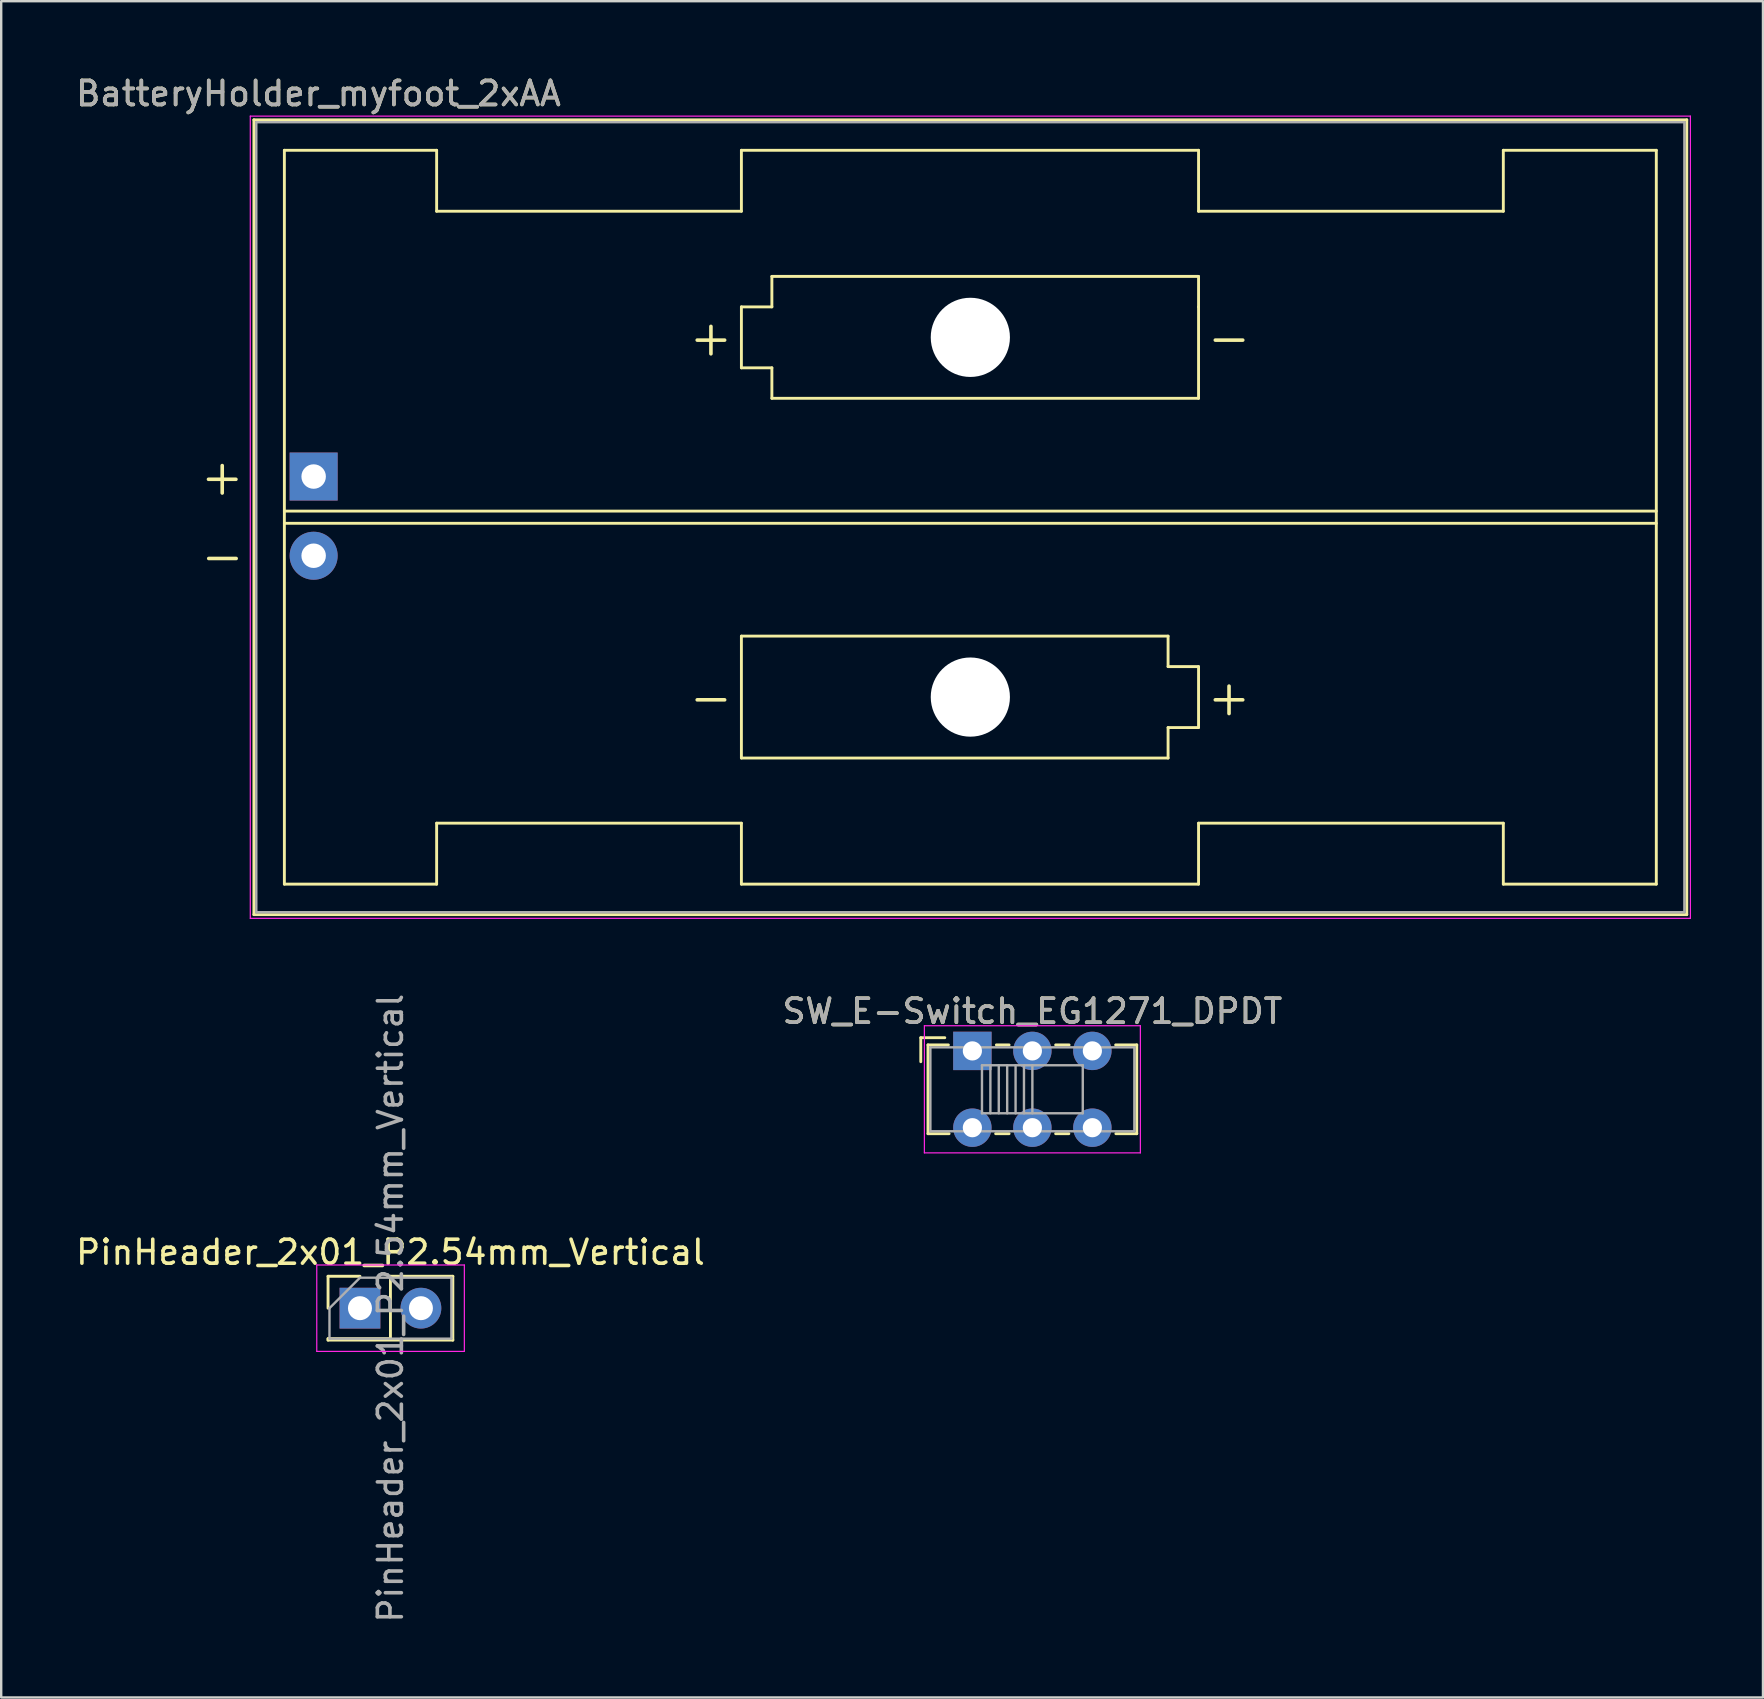
<source format=kicad_pcb>
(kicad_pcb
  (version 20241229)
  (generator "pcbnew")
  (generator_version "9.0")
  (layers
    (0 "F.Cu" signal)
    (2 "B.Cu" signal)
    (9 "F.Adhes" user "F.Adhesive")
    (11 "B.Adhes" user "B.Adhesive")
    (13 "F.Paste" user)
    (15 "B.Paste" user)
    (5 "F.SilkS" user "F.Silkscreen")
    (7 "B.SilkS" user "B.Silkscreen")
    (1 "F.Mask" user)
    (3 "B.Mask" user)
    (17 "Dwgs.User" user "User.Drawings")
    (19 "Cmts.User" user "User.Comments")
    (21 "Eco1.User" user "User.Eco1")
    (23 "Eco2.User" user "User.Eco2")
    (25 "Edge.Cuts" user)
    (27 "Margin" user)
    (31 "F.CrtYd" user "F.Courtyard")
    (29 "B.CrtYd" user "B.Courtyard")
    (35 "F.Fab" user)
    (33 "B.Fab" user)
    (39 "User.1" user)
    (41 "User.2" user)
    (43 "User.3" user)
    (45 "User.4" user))
  (footprint "PinHeader_2x01_P2.54mm_Vertical"
    (layer "F.Cu")
    (at 13.22 51.463)
    (property "Reference" "PinHeader_2x01_P2.54mm_Vertical" (at 0 -2.33 0) (layer "F.SilkS") (effects (font (size 1 1) (thickness 0.15))))
    (attr through_hole)
    (fp_line (start -2.6 -1.33) (end -1.27 -1.33) (stroke (width 0.12) (type solid)) (layer "F.SilkS"))
    (fp_line (start -2.6 0) (end -2.6 -1.33) (stroke (width 0.12) (type solid)) (layer "F.SilkS"))
    (fp_line (start -2.6 1.27) (end -2.6 1.33) (stroke (width 0.12) (type solid)) (layer "F.SilkS"))
    (fp_line (start -2.6 1.27) (end 0 1.27) (stroke (width 0.12) (type solid)) (layer "F.SilkS"))
    (fp_line (start -2.6 1.33) (end 2.6 1.33) (stroke (width 0.12) (type solid)) (layer "F.SilkS"))
    (fp_line (start 0 -1.33) (end 2.6 -1.33) (stroke (width 0.12) (type solid)) (layer "F.SilkS"))
    (fp_line (start 0 1.27) (end 0 -1.33) (stroke (width 0.12) (type solid)) (layer "F.SilkS"))
    (fp_line (start 2.6 -1.33) (end 2.6 1.33) (stroke (width 0.12) (type solid)) (layer "F.SilkS"))
    (fp_line (start -3.07 -1.8) (end -3.07 1.8) (stroke (width 0.05) (type solid)) (layer "F.CrtYd"))
    (fp_line (start -3.07 1.8) (end 3.08 1.8) (stroke (width 0.05) (type solid)) (layer "F.CrtYd"))
    (fp_line (start 3.08 -1.8) (end -3.07 -1.8) (stroke (width 0.05) (type solid)) (layer "F.CrtYd"))
    (fp_line (start 3.08 1.8) (end 3.08 -1.8) (stroke (width 0.05) (type solid)) (layer "F.CrtYd"))
    (fp_line (start -2.54 0) (end -1.27 -1.27) (stroke (width 0.1) (type solid)) (layer "F.Fab"))
    (fp_line (start -2.54 1.27) (end -2.54 0) (stroke (width 0.1) (type solid)) (layer "F.Fab"))
    (fp_line (start -1.27 -1.27) (end 2.54 -1.27) (stroke (width 0.1) (type solid)) (layer "F.Fab"))
    (fp_line (start 2.54 -1.27) (end 2.54 1.27) (stroke (width 0.1) (type solid)) (layer "F.Fab"))
    (fp_line (start 2.54 1.27) (end -2.54 1.27) (stroke (width 0.1) (type solid)) (layer "F.Fab"))
    (fp_text user "${REFERENCE}" (at 0 0 90) (layer "F.Fab") (effects (font (size 1 1) (thickness 0.15))))
    (pad "1" thru_hole rect (at -1.27 0) (size 1.7 1.7) (drill 1) (layers "*.Cu" "*.Mask"))
    (pad "2" thru_hole oval (at 1.27 0) (size 1.7 1.7) (drill 1) (layers "*.Cu" "*.Mask")))
  (footprint "BatteryHolder_myfoot_2xAA"
    (layer "F.Cu")
    (at 37.42 18.508)
    (property "Reference" "BatteryHolder_myfoot_2xAA" (at -27.2 -17.66 180) (layer "F.SilkS") (effects (font (size 1 1) (thickness 0.15))))
    (attr through_hole)
    (fp_line (start -29.89 -16.565) (end -29.89 16.555) (stroke (width 0.12) (type solid)) (layer "F.SilkS"))
    (fp_line (start -29.89 16.555) (end 29.82 16.555) (stroke (width 0.12) (type solid)) (layer "F.SilkS"))
    (fp_line (start -28.62 -15.295) (end -28.62 15.285) (stroke (width 0.12) (type solid)) (layer "F.SilkS"))
    (fp_line (start -28.62 -0.259) (end 28.55 -0.259) (stroke (width 0.12) (type solid)) (layer "F.SilkS"))
    (fp_line (start -28.62 15.285) (end -22.275 15.285) (stroke (width 0.12) (type solid)) (layer "F.SilkS"))
    (fp_line (start -22.275 -15.295) (end -28.62 -15.295) (stroke (width 0.12) (type solid)) (layer "F.SilkS"))
    (fp_line (start -22.275 -12.755) (end -22.275 -15.295) (stroke (width 0.12) (type solid)) (layer "F.SilkS"))
    (fp_line (start -22.275 -12.755) (end -9.575 -12.755) (stroke (width 0.12) (type solid)) (layer "F.SilkS"))
    (fp_line (start -22.275 12.745) (end -9.575 12.745) (stroke (width 0.12) (type solid)) (layer "F.SilkS"))
    (fp_line (start -22.275 15.285) (end -22.275 12.745) (stroke (width 0.12) (type solid)) (layer "F.SilkS"))
    (fp_line (start -9.575 -15.295) (end -9.575 -12.755) (stroke (width 0.12) (type solid)) (layer "F.SilkS"))
    (fp_line (start -9.575 -8.77) (end -8.305 -8.77) (stroke (width 0.12) (type solid)) (layer "F.SilkS"))
    (fp_line (start -9.575 -6.23) (end -9.575 -8.77) (stroke (width 0.12) (type solid)) (layer "F.SilkS"))
    (fp_line (start -9.575 4.95) (end 8.205 4.95) (stroke (width 0.12) (type solid)) (layer "F.SilkS"))
    (fp_line (start -9.575 10.03) (end -9.575 4.95) (stroke (width 0.12) (type solid)) (layer "F.SilkS"))
    (fp_line (start -9.575 12.745) (end -9.575 15.285) (stroke (width 0.12) (type solid)) (layer "F.SilkS"))
    (fp_line (start -9.575 15.285) (end 9.475 15.285) (stroke (width 0.12) (type solid)) (layer "F.SilkS"))
    (fp_line (start -8.305 -10.04) (end 9.475 -10.04) (stroke (width 0.12) (type solid)) (layer "F.SilkS"))
    (fp_line (start -8.305 -8.77) (end -8.305 -10.04) (stroke (width 0.12) (type solid)) (layer "F.SilkS"))
    (fp_line (start -8.305 -6.23) (end -9.575 -6.23) (stroke (width 0.12) (type solid)) (layer "F.SilkS"))
    (fp_line (start -8.305 -4.96) (end -8.305 -6.23) (stroke (width 0.12) (type solid)) (layer "F.SilkS"))
    (fp_line (start 8.205 4.95) (end 8.205 6.22) (stroke (width 0.12) (type solid)) (layer "F.SilkS"))
    (fp_line (start 8.205 6.22) (end 9.475 6.22) (stroke (width 0.12) (type solid)) (layer "F.SilkS"))
    (fp_line (start 8.205 8.76) (end 8.205 10.03) (stroke (width 0.12) (type solid)) (layer "F.SilkS"))
    (fp_line (start 8.205 10.03) (end -9.575 10.03) (stroke (width 0.12) (type solid)) (layer "F.SilkS"))
    (fp_line (start 9.475 -15.295) (end -9.575 -15.295) (stroke (width 0.12) (type solid)) (layer "F.SilkS"))
    (fp_line (start 9.475 -12.755) (end 9.475 -15.295) (stroke (width 0.12) (type solid)) (layer "F.SilkS"))
    (fp_line (start 9.475 -10.04) (end 9.475 -8.77) (stroke (width 0.12) (type solid)) (layer "F.SilkS"))
    (fp_line (start 9.475 -8.77) (end 9.475 -4.96) (stroke (width 0.12) (type solid)) (layer "F.SilkS"))
    (fp_line (start 9.475 -4.96) (end -8.305 -4.96) (stroke (width 0.12) (type solid)) (layer "F.SilkS"))
    (fp_line (start 9.475 6.22) (end 9.475 8.76) (stroke (width 0.12) (type solid)) (layer "F.SilkS"))
    (fp_line (start 9.475 8.76) (end 8.205 8.76) (stroke (width 0.12) (type solid)) (layer "F.SilkS"))
    (fp_line (start 9.475 15.285) (end 9.475 12.745) (stroke (width 0.12) (type solid)) (layer "F.SilkS"))
    (fp_line (start 22.175 -15.295) (end 22.175 -12.755) (stroke (width 0.12) (type solid)) (layer "F.SilkS"))
    (fp_line (start 22.175 -12.755) (end 9.475 -12.755) (stroke (width 0.12) (type solid)) (layer "F.SilkS"))
    (fp_line (start 22.175 12.745) (end 9.475 12.745) (stroke (width 0.12) (type solid)) (layer "F.SilkS"))
    (fp_line (start 22.175 15.285) (end 22.175 12.745) (stroke (width 0.12) (type solid)) (layer "F.SilkS"))
    (fp_line (start 28.55 -15.295) (end 22.175 -15.295) (stroke (width 0.12) (type solid)) (layer "F.SilkS"))
    (fp_line (start 28.55 -15.295) (end 28.55 15.285) (stroke (width 0.12) (type solid)) (layer "F.SilkS"))
    (fp_line (start 28.55 0.249) (end -28.62 0.249) (stroke (width 0.12) (type solid)) (layer "F.SilkS"))
    (fp_line (start 28.55 15.285) (end 22.175 15.285) (stroke (width 0.12) (type solid)) (layer "F.SilkS"))
    (fp_line (start 29.82 -16.565) (end -29.89 -16.565) (stroke (width 0.12) (type solid)) (layer "F.SilkS"))
    (fp_line (start 29.82 16.555) (end 29.82 -16.565) (stroke (width 0.12) (type solid)) (layer "F.SilkS"))
    (fp_line (start -30.04 -16.72) (end -30.04 16.71) (stroke (width 0.05) (type solid)) (layer "F.CrtYd"))
    (fp_line (start -30.04 16.71) (end 29.97 16.71) (stroke (width 0.05) (type solid)) (layer "F.CrtYd"))
    (fp_line (start 29.97 -16.72) (end -30.04 -16.72) (stroke (width 0.05) (type solid)) (layer "F.CrtYd"))
    (fp_line (start 29.97 16.71) (end 29.97 -16.72) (stroke (width 0.05) (type solid)) (layer "F.CrtYd"))
    (fp_line (start -29.79 -16.465) (end 29.72 -16.465) (stroke (width 0.1) (type solid)) (layer "F.Fab"))
    (fp_line (start -29.79 16.455) (end -29.79 -16.465) (stroke (width 0.1) (type solid)) (layer "F.Fab"))
    (fp_line (start -29.79 16.455) (end 29.72 16.455) (stroke (width 0.1) (type solid)) (layer "F.Fab"))
    (fp_line (start 29.72 16.455) (end 29.72 -16.465) (stroke (width 0.1) (type solid)) (layer "F.Fab"))
    (fp_text user "-" (at 10.745 -7.5 0) (layer "F.SilkS") (effects (font (size 1.5 1.5) (thickness 0.15))))
    (fp_text user "+" (at -31.21 -1.7 0) (layer "F.SilkS") (effects (font (size 1.5 1.5) (thickness 0.15))))
    (fp_text user "-" (at -10.845 7.49 0) (layer "F.SilkS") (effects (font (size 1.5 1.5) (thickness 0.15))))
    (fp_text user "+" (at 10.745 7.49 0) (layer "F.SilkS") (effects (font (size 1.5 1.5) (thickness 0.15))))
    (fp_text user "-" (at -31.2 1.6 0) (layer "F.SilkS") (effects (font (size 1.5 1.5) (thickness 0.15))))
    (fp_text user "+" (at -10.845 -7.5 0) (layer "F.SilkS") (effects (font (size 1.5 1.5) (thickness 0.15))))
    (fp_text user "${REFERENCE}" (at -27.2 -17.66 0) (layer "F.Fab") (effects (font (size 1 1) (thickness 0.15))))
    (pad "" np_thru_hole circle (at -0.035 -7.5) (size 3.3 3.3) (drill 3.3) (layers "*.Cu" "*.Mask"))
    (pad "" np_thru_hole circle (at -0.035 7.49) (size 3.3 3.3) (drill 3.3) (layers "*.Cu" "*.Mask"))
    (pad "1" thru_hole rect (at -27.4 -1.7) (size 2 2) (drill 1.02) (layers "*.Cu" "*.Mask"))
    (pad "2" thru_hole circle (at -27.4 1.6) (size 2 2) (drill 1.02) (layers "*.Cu" "*.Mask")))
  (footprint "SW_E-Switch_EG1271_DPDT"
    (layer "F.Cu")
    (at 37.47 40.742)
    (property "Reference" "SW_E-Switch_EG1271_DPDT" (at 2.5 -1.65 0) (layer "F.SilkS") (effects (font (size 1 1) (thickness 0.15))))
    (attr through_hole)
    (fp_line (start -2.15 -0.55) (end -1.15 -0.55) (stroke (width 0.12) (type solid)) (layer "F.SilkS"))
    (fp_line (start -2.15 0.45) (end -2.15 -0.55) (stroke (width 0.12) (type solid)) (layer "F.SilkS"))
    (fp_line (start -1.85 -0.25) (end -1 -0.25) (stroke (width 0.12) (type solid)) (layer "F.SilkS"))
    (fp_line (start -1.85 3.45) (end -1.85 -0.25) (stroke (width 0.12) (type solid)) (layer "F.SilkS"))
    (fp_line (start -0.97 3.45) (end -1.85 3.45) (stroke (width 0.12) (type solid)) (layer "F.SilkS"))
    (fp_line (start 1 -0.25) (end 1.53 -0.25) (stroke (width 0.12) (type solid)) (layer "F.SilkS"))
    (fp_line (start 1.53 3.45) (end 0.97 3.45) (stroke (width 0.12) (type solid)) (layer "F.SilkS"))
    (fp_line (start 3.47 -0.25) (end 4.03 -0.25) (stroke (width 0.12) (type solid)) (layer "F.SilkS"))
    (fp_line (start 4.02 3.45) (end 3.47 3.45) (stroke (width 0.12) (type solid)) (layer "F.SilkS"))
    (fp_line (start 5.97 -0.25) (end 6.85 -0.25) (stroke (width 0.12) (type solid)) (layer "F.SilkS"))
    (fp_line (start 6.85 -0.25) (end 6.85 3.45) (stroke (width 0.12) (type solid)) (layer "F.SilkS"))
    (fp_line (start 6.85 3.45) (end 5.98 3.45) (stroke (width 0.12) (type solid)) (layer "F.SilkS"))
    (fp_line (start -2 -1.05) (end 7 -1.05) (stroke (width 0.05) (type solid)) (layer "F.CrtYd"))
    (fp_line (start -2 4.25) (end -2 -1.05) (stroke (width 0.05) (type solid)) (layer "F.CrtYd"))
    (fp_line (start 7 -1.05) (end 7 4.25) (stroke (width 0.05) (type solid)) (layer "F.CrtYd"))
    (fp_line (start 7 4.25) (end -2 4.25) (stroke (width 0.05) (type solid)) (layer "F.CrtYd"))
    (fp_line (start -1.75 -0.15) (end -1.75 3.35) (stroke (width 0.1) (type solid)) (layer "F.Fab"))
    (fp_line (start -1.75 -0.15) (end 6.75 -0.15) (stroke (width 0.1) (type solid)) (layer "F.Fab"))
    (fp_line (start 0.4 0.6) (end 0.4 2.6) (stroke (width 0.1) (type solid)) (layer "F.Fab"))
    (fp_line (start 0.4 0.6) (end 4.6 0.6) (stroke (width 0.1) (type solid)) (layer "F.Fab"))
    (fp_line (start 0.75 0.6) (end 0.75 2.6) (stroke (width 0.1) (type solid)) (layer "F.Fab"))
    (fp_line (start 1.1 0.6) (end 1.1 2.6) (stroke (width 0.1) (type solid)) (layer "F.Fab"))
    (fp_line (start 1.45 0.6) (end 1.45 2.6) (stroke (width 0.1) (type solid)) (layer "F.Fab"))
    (fp_line (start 1.8 0.6) (end 1.8 2.6) (stroke (width 0.1) (type solid)) (layer "F.Fab"))
    (fp_line (start 2.15 0.6) (end 2.15 2.6) (stroke (width 0.1) (type solid)) (layer "F.Fab"))
    (fp_line (start 2.5 0.6) (end 2.5 2.6) (stroke (width 0.1) (type solid)) (layer "F.Fab"))
    (fp_line (start 4.6 0.6) (end 4.6 2.6) (stroke (width 0.1) (type solid)) (layer "F.Fab"))
    (fp_line (start 4.6 2.6) (end 0.4 2.6) (stroke (width 0.1) (type solid)) (layer "F.Fab"))
    (fp_line (start 6.75 -0.15) (end 6.75 3.35) (stroke (width 0.1) (type solid)) (layer "F.Fab"))
    (fp_line (start 6.75 3.35) (end -1.75 3.35) (stroke (width 0.1) (type solid)) (layer "F.Fab"))
    (fp_text user "${REFERENCE}" (at 2.5 -1.65 0) (layer "F.Fab") (effects (font (size 1 1) (thickness 0.15))))
    (pad "1" thru_hole rect (at 0 0) (size 1.6 1.6) (drill 0.8) (layers "*.Cu" "*.Mask"))
    (pad "2" thru_hole circle (at 2.5 0) (size 1.6 1.6) (drill 0.8) (layers "*.Cu" "*.Mask"))
    (pad "3" thru_hole circle (at 5 0) (size 1.6 1.6) (drill 0.8) (layers "*.Cu" "*.Mask"))
    (pad "4" thru_hole circle (at 0 3.2) (size 1.6 1.6) (drill 0.8) (layers "*.Cu" "*.Mask"))
    (pad "5" thru_hole circle (at 2.5 3.2) (size 1.6 1.6) (drill 0.8) (layers "*.Cu" "*.Mask"))
    (pad "6" thru_hole circle (at 5 3.2) (size 1.6 1.6) (drill 0.8) (layers "*.Cu" "*.Mask")))
  (gr_rect
    (start -3 -3)
    (end 70.415 67.684)
    (stroke (width 0.1) (type default))
    (fill no)
    (layer "Edge.Cuts")))
</source>
